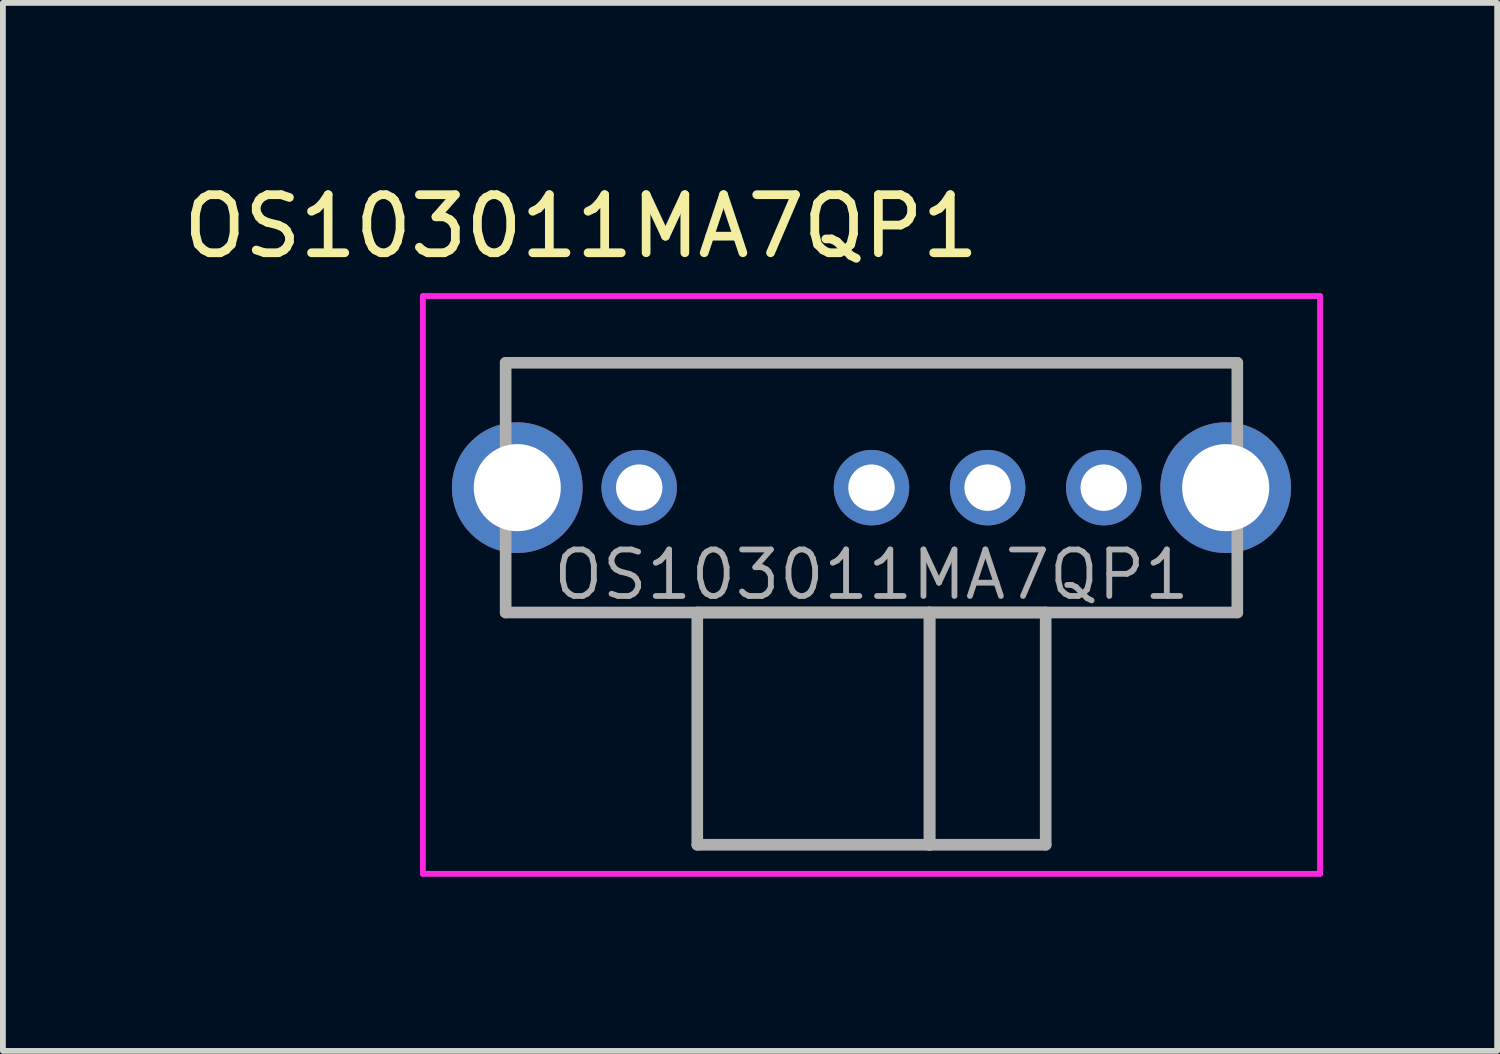
<source format=kicad_pcb>
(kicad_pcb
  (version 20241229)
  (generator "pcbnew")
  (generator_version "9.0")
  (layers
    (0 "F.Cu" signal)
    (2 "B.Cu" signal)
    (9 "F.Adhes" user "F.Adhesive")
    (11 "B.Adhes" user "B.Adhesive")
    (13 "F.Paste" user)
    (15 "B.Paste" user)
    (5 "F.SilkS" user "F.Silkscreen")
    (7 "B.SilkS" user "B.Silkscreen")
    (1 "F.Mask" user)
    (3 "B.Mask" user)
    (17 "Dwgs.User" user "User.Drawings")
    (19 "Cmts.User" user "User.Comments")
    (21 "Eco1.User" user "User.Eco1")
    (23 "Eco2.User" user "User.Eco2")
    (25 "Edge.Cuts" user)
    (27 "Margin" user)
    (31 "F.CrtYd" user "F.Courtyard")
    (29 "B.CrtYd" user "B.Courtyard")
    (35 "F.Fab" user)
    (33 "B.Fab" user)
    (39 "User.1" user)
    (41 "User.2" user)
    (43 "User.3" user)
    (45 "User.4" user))
  (footprint "OS103011MA7QP1"
    (layer "F.Cu")
    (at 11.958 5.348)
    (property "Reference" "OS103011MA7QP1" (at -5 -4.5 0) (layer "F.SilkS") (effects (font (size 1 1) (thickness 0.15))))
    (attr through_hole)
    (fp_line (start -6.3 -2.15) (end 6.3 -2.15) (stroke (width 0.1) (type solid)) (layer "F.SilkS"))
    (fp_line (start -6.3 -1.5) (end -6.3 -2.15) (stroke (width 0.1) (type solid)) (layer "F.SilkS"))
    (fp_line (start -6.3 1.5) (end -6.3 2.15) (stroke (width 0.1) (type solid)) (layer "F.SilkS"))
    (fp_line (start -6.3 2.15) (end 6.3 2.15) (stroke (width 0.1) (type solid)) (layer "F.SilkS"))
    (fp_line (start 6.3 -2.15) (end 6.3 -1.5) (stroke (width 0.1) (type solid)) (layer "F.SilkS"))
    (fp_line (start 6.3 2.15) (end 6.3 1.5) (stroke (width 0.1) (type solid)) (layer "F.SilkS"))
    (fp_line (start -7.725 -3.3) (end 7.725 -3.3) (stroke (width 0.1) (type solid)) (layer "F.CrtYd"))
    (fp_line (start -7.725 6.65) (end -7.725 -3.3) (stroke (width 0.1) (type solid)) (layer "F.CrtYd"))
    (fp_line (start 7.725 -3.3) (end 7.725 6.65) (stroke (width 0.1) (type solid)) (layer "F.CrtYd"))
    (fp_line (start 7.725 6.65) (end -7.725 6.65) (stroke (width 0.1) (type solid)) (layer "F.CrtYd"))
    (fp_line (start -6.3 -2.15) (end 6.3 -2.15) (stroke (width 0.2) (type solid)) (layer "F.Fab"))
    (fp_line (start -6.3 2.15) (end -6.3 -2.15) (stroke (width 0.2) (type solid)) (layer "F.Fab"))
    (fp_line (start -3 2.15) (end 1 2.15) (stroke (width 0.2) (type solid)) (layer "F.Fab"))
    (fp_line (start -3 6.15) (end -3 2.15) (stroke (width 0.2) (type solid)) (layer "F.Fab"))
    (fp_line (start 1 2.15) (end 1 6.15) (stroke (width 0.2) (type solid)) (layer "F.Fab"))
    (fp_line (start 1 2.15) (end 3 2.15) (stroke (width 0.2) (type solid)) (layer "F.Fab"))
    (fp_line (start 1 6.15) (end -3 6.15) (stroke (width 0.2) (type solid)) (layer "F.Fab"))
    (fp_line (start 1 6.15) (end 1 2.15) (stroke (width 0.2) (type solid)) (layer "F.Fab"))
    (fp_line (start 3 2.15) (end 3 6.15) (stroke (width 0.2) (type solid)) (layer "F.Fab"))
    (fp_line (start 3 6.15) (end 1 6.15) (stroke (width 0.2) (type solid)) (layer "F.Fab"))
    (fp_line (start 6.3 -2.15) (end 6.3 2.15) (stroke (width 0.2) (type solid)) (layer "F.Fab"))
    (fp_line (start 6.3 2.15) (end -6.3 2.15) (stroke (width 0.2) (type solid)) (layer "F.Fab"))
    (fp_text user "${REFERENCE}" (at 0 1.5 0) (layer "F.Fab") (effects (font (size 0.8 0.8) (thickness 0.1))))
    (pad "1" thru_hole circle (at -4 0) (size 1.3 1.3) (drill 0.8) (layers "*.Cu" "*.Mask"))
    (pad "2" thru_hole circle (at 0 0) (size 1.3 1.3) (drill 0.8) (layers "*.Cu" "*.Mask"))
    (pad "3" thru_hole circle (at 2 0) (size 1.3 1.3) (drill 0.8) (layers "*.Cu" "*.Mask"))
    (pad "4" thru_hole circle (at 4 0) (size 1.3 1.3) (drill 0.8) (layers "*.Cu" "*.Mask"))
    (pad "5" thru_hole circle (at -6.1 0) (size 2.25 2.25) (drill 1.5) (layers "*.Cu" "*.Mask"))
    (pad "6" thru_hole circle (at 6.1 0) (size 2.25 2.25) (drill 1.5) (layers "*.Cu" "*.Mask")))
  (gr_rect
    (start -3 -3)
    (end 22.733 15.048)
    (stroke (width 0.1) (type default))
    (fill no)
    (layer "Edge.Cuts")))
</source>
